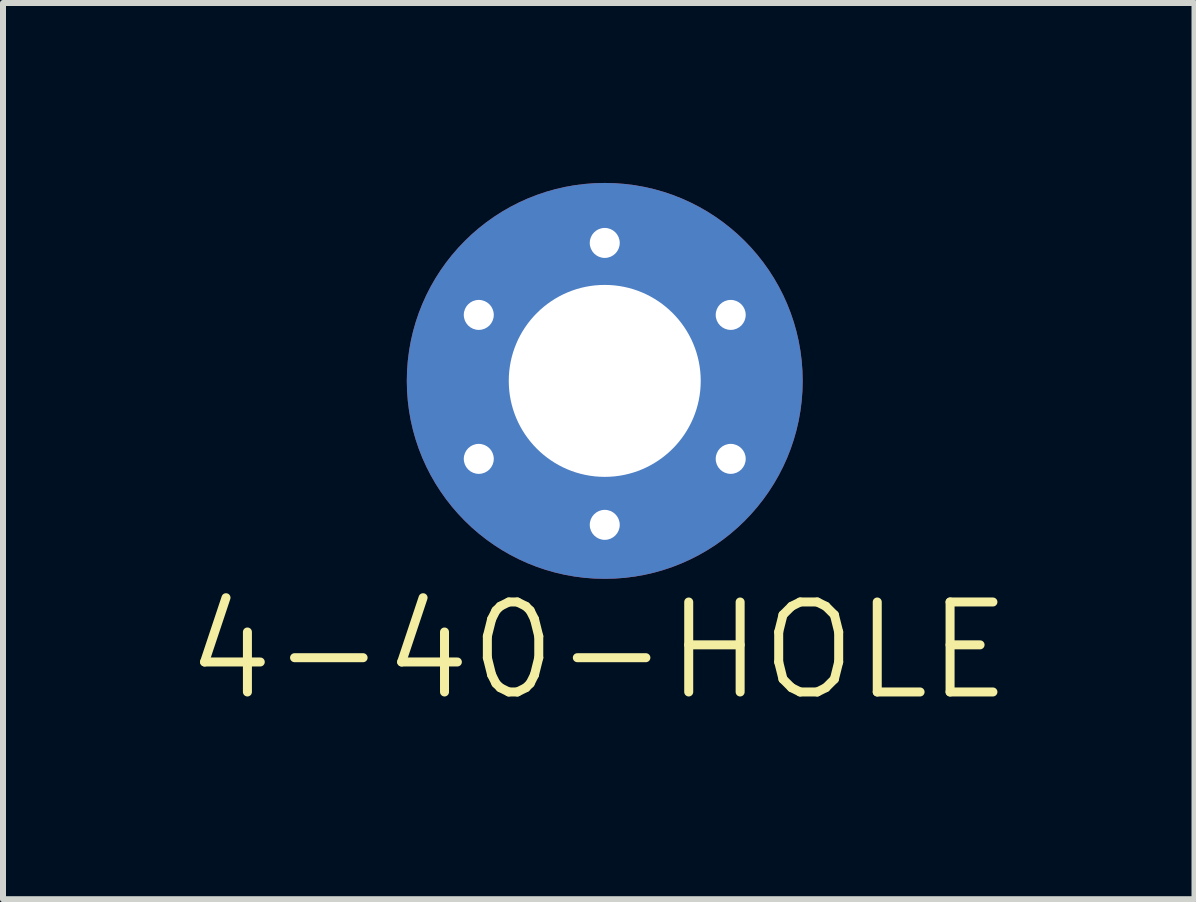
<source format=kicad_pcb>
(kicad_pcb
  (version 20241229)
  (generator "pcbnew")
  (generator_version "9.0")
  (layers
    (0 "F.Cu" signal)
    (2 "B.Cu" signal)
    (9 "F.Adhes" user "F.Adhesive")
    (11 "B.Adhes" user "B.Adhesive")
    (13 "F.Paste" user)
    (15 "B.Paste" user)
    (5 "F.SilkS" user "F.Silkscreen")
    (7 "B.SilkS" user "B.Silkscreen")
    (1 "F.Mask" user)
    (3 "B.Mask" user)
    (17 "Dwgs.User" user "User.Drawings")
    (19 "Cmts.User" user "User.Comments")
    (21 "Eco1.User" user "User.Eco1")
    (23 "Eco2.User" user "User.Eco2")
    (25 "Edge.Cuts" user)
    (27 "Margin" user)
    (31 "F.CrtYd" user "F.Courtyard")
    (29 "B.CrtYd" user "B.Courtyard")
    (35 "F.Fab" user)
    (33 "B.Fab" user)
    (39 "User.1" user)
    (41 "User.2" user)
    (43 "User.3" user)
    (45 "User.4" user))
  (footprint "4-40-HOLE"
    (layer "F.Cu")
    (at 7.032 3.3)
    (property "Reference" "4-40-HOLE" (at -0.1 4.5 0) (layer "F.SilkS") (effects (font (size 1.5 1.5) (thickness 0.15))))
    (attr through_hole)
    (pad "1" thru_hole circle (at -2.1 -1.1) (size 1 1) (drill 0.5) (layers "*.Cu" "*.Mask"))
    (pad "1" thru_hole circle (at -2.1 1.3) (size 1 1) (drill 0.5) (layers "*.Cu" "*.Mask"))
    (pad "1" thru_hole circle (at 0 -2.3) (size 1 1) (drill 0.5) (layers "*.Cu" "*.Mask"))
    (pad "1" thru_hole circle (at 0 0) (size 6.6 6.6) (drill 3.2) (layers "*.Cu" "*.Mask"))
    (pad "1" thru_hole circle (at 0 2.4) (size 1 1) (drill 0.5) (layers "*.Cu" "*.Mask"))
    (pad "1" thru_hole circle (at 2.1 -1.1) (size 1 1) (drill 0.5) (layers "*.Cu" "*.Mask"))
    (pad "1" thru_hole circle (at 2.1 1.3) (size 1 1) (drill 0.5) (layers "*.Cu" "*.Mask")))
  (gr_rect
    (start -3 -3)
    (end 16.864 11.941)
    (stroke (width 0.1) (type default))
    (fill no)
    (layer "Edge.Cuts")))
</source>
